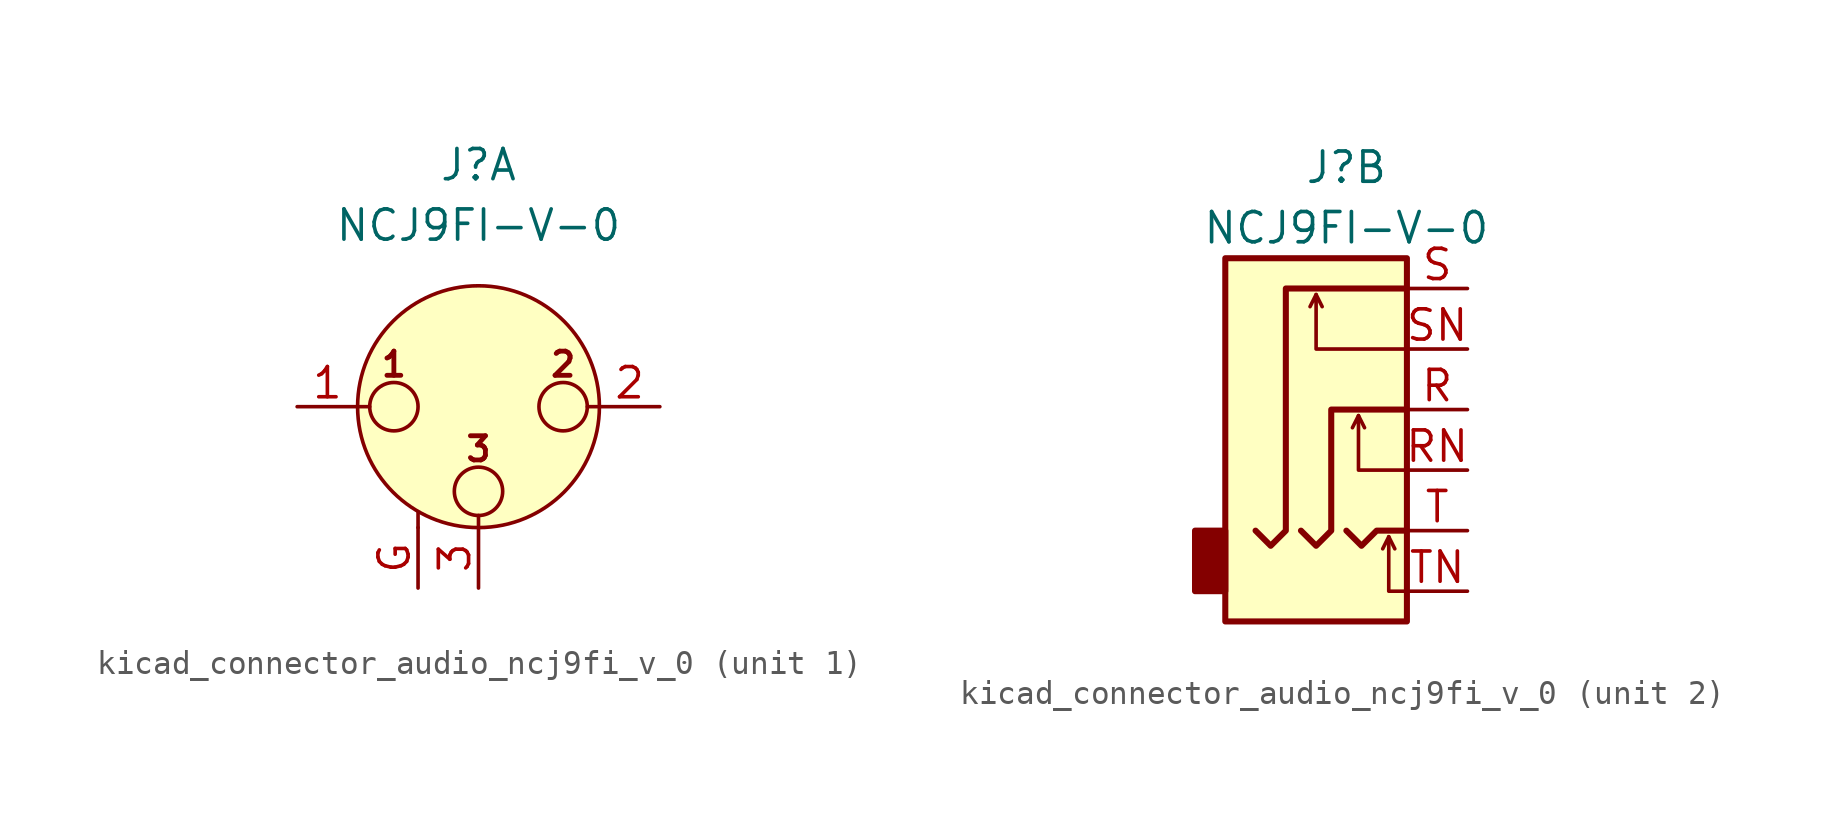
<source format=kicad_sym>
(kicad_symbol_lib
  (version 20220914)
  (generator kicad_symbol_editor)
  (symbol "kicad_connector_audio_ncj9fi_v_0"
    (pin_names hide)
    (property "Reference" "J"
      (at 0 10.16 0)
      (effects (font (size 1.27 1.27))))
    (property "Value" "NCJ9FI-V-0"
      (at 0 7.62 0)
      (effects (font (size 1.27 1.27))))
    (symbol "kicad_connector_audio_ncj9fi_v_0_1_1"
      (circle (center -3.556 0) (radius 1.016) (stroke (width 0) (type default)) (fill (type none)))
      (circle (center 0 -3.556) (radius 1.016) (stroke (width 0) (type default)) (fill (type none)))
      (polyline (pts (xy -5.08 0) (xy -4.572 0)) (stroke (width 0) (type default)) (fill (type none)))
      (polyline (pts (xy -2.54 -5.08) (xy -2.54 -4.445)) (stroke (width 0) (type default)) (fill (type none)))
      (polyline (pts (xy 0 -5.08) (xy 0 -4.572)) (stroke (width 0) (type default)) (fill (type none)))
      (polyline (pts (xy 5.08 0) (xy 4.572 0)) (stroke (width 0) (type default)) (fill (type none)))
      (circle (center 0 0) (radius 5.08) (stroke (width 0) (type default)) (fill (type background)))
      (circle (center 3.556 0) (radius 1.016) (stroke (width 0) (type default)) (fill (type none)))
      (text "1" (at -3.556 1.778 0) (effects (font (size 1.016 1.016) bold)))
      (text "2" (at 3.556 1.778 0) (effects (font (size 1.016 1.016) bold)))
      (text "3" (at 0 -1.778 0) (effects (font (size 1.016 1.016) bold)))
      (pin passive line (at -7.62 0 0) (length 2.54) (name "~" (effects (font (size 1.27 1.27)))) (number "1" (effects (font (size 1.27 1.27)))))
      (pin passive line (at 7.62 0 180) (length 2.54) (name "~" (effects (font (size 1.27 1.27)))) (number "2" (effects (font (size 1.27 1.27)))))
      (pin passive line (at 0 -7.62 90) (length 2.54) (name "~" (effects (font (size 1.27 1.27)))) (number "3" (effects (font (size 1.27 1.27)))))
      (pin passive line (at -2.54 -7.62 90) (length 2.54) (name "~" (effects (font (size 1.27 1.27)))) (number "G" (effects (font (size 1.27 1.27))))))
    (symbol "kicad_connector_audio_ncj9fi_v_0_2_1"
      (rectangle (start -5.08 -5.08) (end -6.35 -7.62) (stroke (width 0.254) (type default)) (fill (type outline)))
      (polyline (pts (xy -1.27 4.826) (xy -1.016 4.318)) (stroke (width 0) (type default)) (fill (type none)))
      (polyline (pts (xy 0.508 -0.254) (xy 0.762 -0.762)) (stroke (width 0) (type default)) (fill (type none)))
      (polyline (pts (xy 1.778 -5.334) (xy 2.032 -5.842)) (stroke (width 0) (type default)) (fill (type none)))
      (polyline (pts (xy 0 -5.08) (xy 0.635 -5.715) (xy 1.27 -5.08) (xy 2.54 -5.08)) (stroke (width 0.254) (type default)) (fill (type none)))
      (polyline (pts (xy 2.54 -7.62) (xy 1.778 -7.62) (xy 1.778 -5.334) (xy 1.524 -5.842)) (stroke (width 0) (type default)) (fill (type none)))
      (polyline (pts (xy 2.54 -2.54) (xy 0.508 -2.54) (xy 0.508 -0.254) (xy 0.254 -0.762)) (stroke (width 0) (type default)) (fill (type none)))
      (polyline (pts (xy 2.54 2.54) (xy -1.27 2.54) (xy -1.27 4.826) (xy -1.524 4.318)) (stroke (width 0) (type default)) (fill (type none)))
      (polyline (pts (xy -1.905 -5.08) (xy -1.27 -5.715) (xy -0.635 -5.08) (xy -0.635 0) (xy 2.54 0)) (stroke (width 0.254) (type default)) (fill (type none)))
      (polyline (pts (xy 2.54 5.08) (xy -2.54 5.08) (xy -2.54 -5.08) (xy -3.175 -5.715) (xy -3.81 -5.08)) (stroke (width 0.254) (type default)) (fill (type none)))
      (rectangle (start 2.54 6.35) (end -5.08 -8.89) (stroke (width 0.254) (type default)) (fill (type background)))
      (pin passive line (at 5.08 0 180) (length 2.54) (name "~" (effects (font (size 1.27 1.27)))) (number "R" (effects (font (size 1.27 1.27)))))
      (pin passive line (at 5.08 -2.54 180) (length 2.54) (name "~" (effects (font (size 1.27 1.27)))) (number "RN" (effects (font (size 1.27 1.27)))))
      (pin passive line (at 5.08 5.08 180) (length 2.54) (name "~" (effects (font (size 1.27 1.27)))) (number "S" (effects (font (size 1.27 1.27)))))
      (pin passive line (at 5.08 2.54 180) (length 2.54) (name "~" (effects (font (size 1.27 1.27)))) (number "SN" (effects (font (size 1.27 1.27)))))
      (pin passive line (at 5.08 -5.08 180) (length 2.54) (name "~" (effects (font (size 1.27 1.27)))) (number "T" (effects (font (size 1.27 1.27)))))
      (pin passive line (at 5.08 -7.62 180) (length 2.54) (name "~" (effects (font (size 1.27 1.27)))) (number "TN" (effects (font (size 1.27 1.27))))))))
</source>
